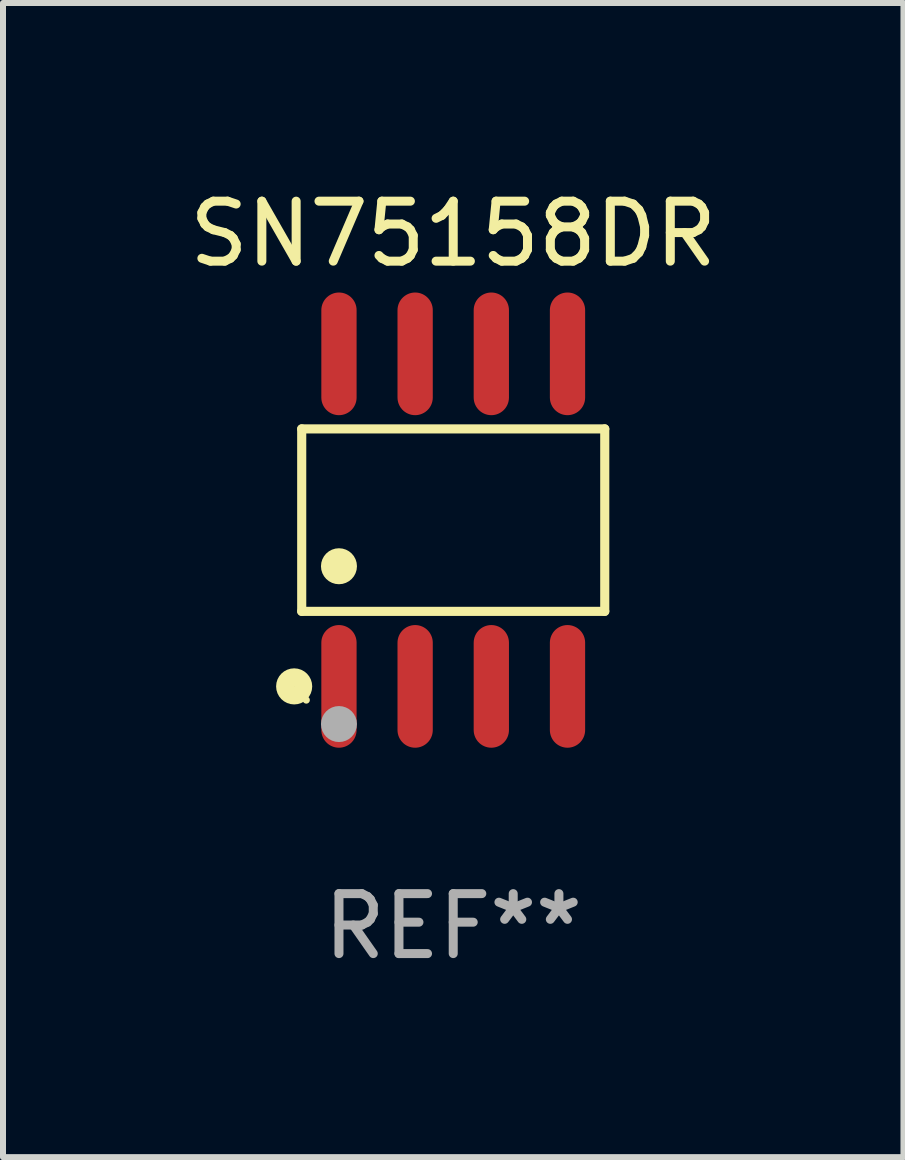
<source format=kicad_pcb>
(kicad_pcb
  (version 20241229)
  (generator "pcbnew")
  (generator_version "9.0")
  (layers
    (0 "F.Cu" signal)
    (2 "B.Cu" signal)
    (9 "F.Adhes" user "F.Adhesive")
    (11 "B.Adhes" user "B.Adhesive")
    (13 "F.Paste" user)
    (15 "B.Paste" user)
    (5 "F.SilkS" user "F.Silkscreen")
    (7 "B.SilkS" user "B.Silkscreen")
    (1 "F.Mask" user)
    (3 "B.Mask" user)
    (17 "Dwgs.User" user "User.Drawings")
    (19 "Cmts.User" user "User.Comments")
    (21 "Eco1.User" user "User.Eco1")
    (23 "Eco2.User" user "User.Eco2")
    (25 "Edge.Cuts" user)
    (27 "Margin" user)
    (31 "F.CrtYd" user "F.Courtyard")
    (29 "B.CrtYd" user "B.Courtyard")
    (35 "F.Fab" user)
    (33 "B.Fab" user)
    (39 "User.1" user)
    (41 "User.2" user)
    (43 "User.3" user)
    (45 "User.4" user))
  (footprint "SN75158DR"
    (layer "F.Cu")
    (at 4.506 5.621)
    (property "Reference" "SN75158DR" (at 0 -4.772 0) (layer "F.SilkS") (effects (font (size 1 1) (thickness 0.15))))
    (attr through_hole)
    (fp_line (start -2.526 -1.521) (end 2.526 -1.521) (stroke (width 0.152) (type solid)) (layer "F.SilkS"))
    (fp_line (start -2.526 1.521) (end -2.526 -1.521) (stroke (width 0.152) (type solid)) (layer "F.SilkS"))
    (fp_line (start 2.526 -1.521) (end 2.526 1.521) (stroke (width 0.152) (type solid)) (layer "F.SilkS"))
    (fp_line (start 2.526 1.521) (end -2.526 1.521) (stroke (width 0.152) (type solid)) (layer "F.SilkS"))
    (fp_circle (center -2.652 2.772) (end -2.501 2.772) (stroke (width 0.3) (type solid)) (fill no) (layer "F.SilkS"))
    (fp_circle (center -2.45 3) (end -2.42 3) (stroke (width 0.06) (type solid)) (fill no) (layer "F.SilkS"))
    (fp_circle (center -1.905 0.769) (end -1.755 0.769) (stroke (width 0.3) (type solid)) (fill no) (layer "F.SilkS"))
    (fp_circle (center -1.905 3.4) (end -1.755 3.4) (stroke (width 0.3) (type solid)) (fill no) (layer "F.Fab"))
    (fp_text user "REF**" (at 0 6.772 0) (layer "F.Fab") (effects (font (size 1 1) (thickness 0.15))))
    (pad "1" smd oval (at -1.905 2.772) (size 0.588 2.045) (layers "F.Cu" "F.Mask" "F.Paste"))
    (pad "2" smd oval (at -0.635 2.772) (size 0.588 2.045) (layers "F.Cu" "F.Mask" "F.Paste"))
    (pad "3" smd oval (at 0.635 2.772) (size 0.588 2.045) (layers "F.Cu" "F.Mask" "F.Paste"))
    (pad "4" smd oval (at 1.905 2.772) (size 0.588 2.045) (layers "F.Cu" "F.Mask" "F.Paste"))
    (pad "5" smd oval (at 1.905 -2.772) (size 0.588 2.045) (layers "F.Cu" "F.Mask" "F.Paste"))
    (pad "6" smd oval (at 0.635 -2.772) (size 0.588 2.045) (layers "F.Cu" "F.Mask" "F.Paste"))
    (pad "7" smd oval (at -0.635 -2.772) (size 0.588 2.045) (layers "F.Cu" "F.Mask" "F.Paste"))
    (pad "8" smd oval (at -1.905 -2.772) (size 0.588 2.045) (layers "F.Cu" "F.Mask" "F.Paste")))
  (gr_rect
    (start -3 -3)
    (end 12.012 16.241)
    (stroke (width 0.1) (type default))
    (fill no)
    (layer "Edge.Cuts")))
</source>
